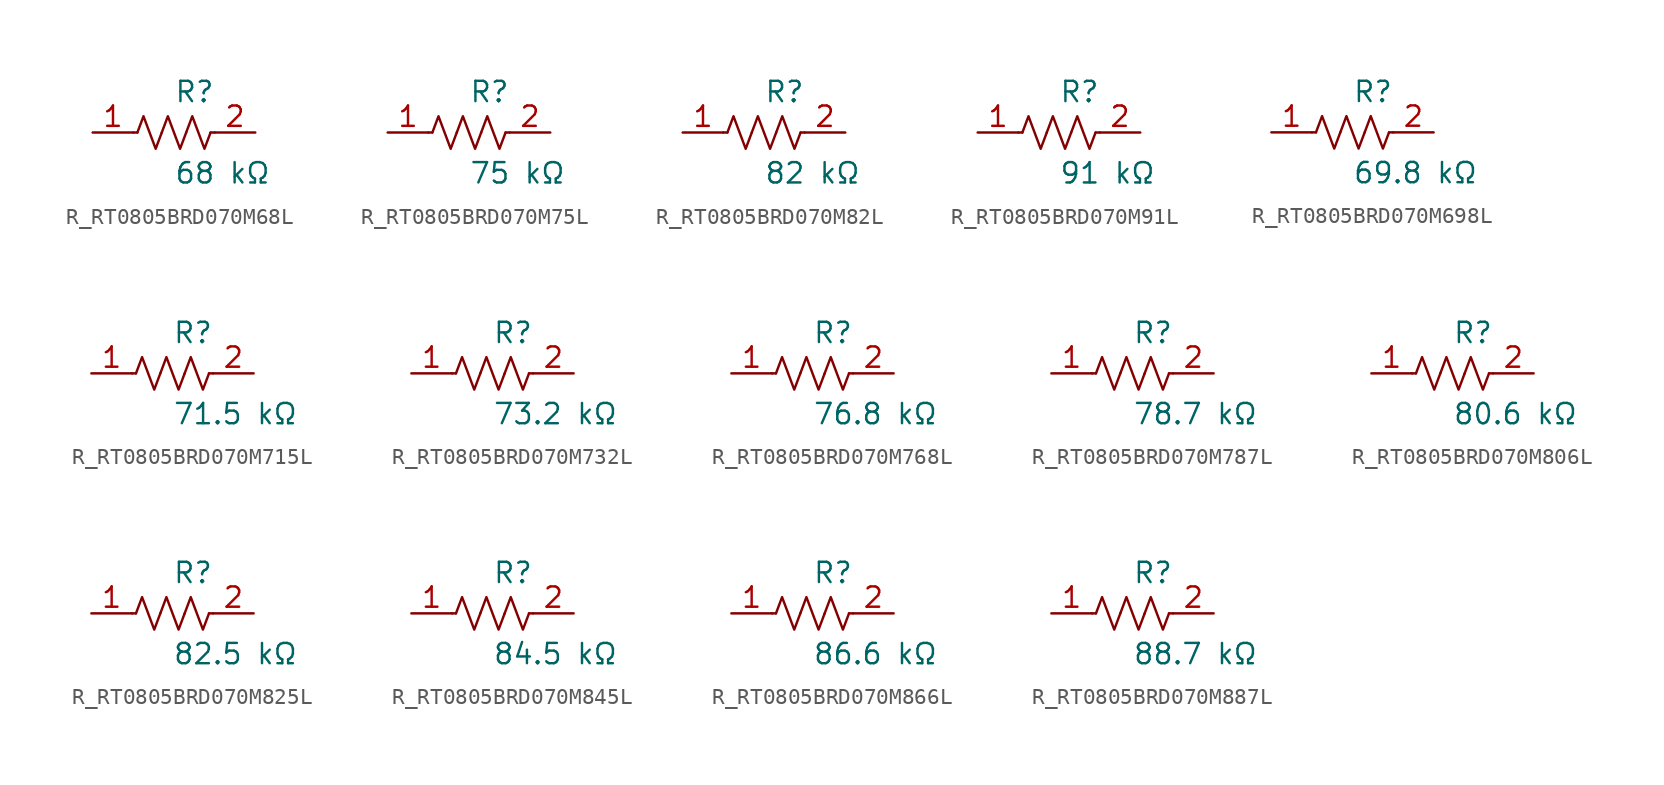
<source format=kicad_sym>
(kicad_symbol_lib
  (version 20231120)
  (generator kicad_symbol_editor)
  (generator_version 8.0)
  (symbol "R_RT0805BRD070M68L"
    (pin_names
      (offset 0.254))
    (property "Reference" "R"
      (at 0.0 2.54 0)
      (effects (font (size 1.27 1.27)) (justify left)))
    (property "Value" "68 kΩ"
      (at 0.0 -2.54 0)
      (effects (font (size 1.27 1.27)) (justify left)))
    (symbol "R_RT0805BRD070M68L_0_1"
      (polyline (pts (xy 2.286 0) (xy 2.54 0)) (stroke (width 0) (type default)) (fill (type none)))
      (polyline (pts (xy -2.286 0) (xy -2.54 0)) (stroke (width 0) (type default)) (fill (type none)))
      (polyline (pts (xy 0.762 0) (xy 1.143 1.016) (xy 1.524 0) (xy 1.905 -1.016) (xy 2.286 0)) (stroke (width 0) (type default)) (fill (type none)))
      (polyline (pts (xy -0.762 0) (xy -0.381 1.016) (xy 0 0) (xy 0.381 -1.016) (xy 0.762 0)) (stroke (width 0) (type default)) (fill (type none)))
      (polyline (pts (xy -2.286 0) (xy -1.905 1.016) (xy -1.524 0) (xy -1.143 -1.016) (xy -0.762 0)) (stroke (width 0) (type default)) (fill (type none))))
    (pin unspecified line
      (at -5.08 0 0)
      (length 2.54)
      (name "" (effects (font (size 1.27 1.27))))
      (number "1" (effects (font (size 1.27 1.27)))))
    (pin unspecified line
      (at 5.08 0 180)
      (length 2.54)
      (name "" (effects (font (size 1.27 1.27))))
      (number "2" (effects (font (size 1.27 1.27))))))
  (symbol "R_RT0805BRD070M75L"
    (pin_names
      (offset 0.254))
    (property "Reference" "R"
      (at 0.0 2.54 0)
      (effects (font (size 1.27 1.27)) (justify left)))
    (property "Value" "75 kΩ"
      (at 0.0 -2.54 0)
      (effects (font (size 1.27 1.27)) (justify left)))
    (symbol "R_RT0805BRD070M75L_0_1"
      (polyline (pts (xy 2.286 0) (xy 2.54 0)) (stroke (width 0) (type default)) (fill (type none)))
      (polyline (pts (xy -2.286 0) (xy -2.54 0)) (stroke (width 0) (type default)) (fill (type none)))
      (polyline (pts (xy 0.762 0) (xy 1.143 1.016) (xy 1.524 0) (xy 1.905 -1.016) (xy 2.286 0)) (stroke (width 0) (type default)) (fill (type none)))
      (polyline (pts (xy -0.762 0) (xy -0.381 1.016) (xy 0 0) (xy 0.381 -1.016) (xy 0.762 0)) (stroke (width 0) (type default)) (fill (type none)))
      (polyline (pts (xy -2.286 0) (xy -1.905 1.016) (xy -1.524 0) (xy -1.143 -1.016) (xy -0.762 0)) (stroke (width 0) (type default)) (fill (type none))))
    (pin unspecified line
      (at -5.08 0 0)
      (length 2.54)
      (name "" (effects (font (size 1.27 1.27))))
      (number "1" (effects (font (size 1.27 1.27)))))
    (pin unspecified line
      (at 5.08 0 180)
      (length 2.54)
      (name "" (effects (font (size 1.27 1.27))))
      (number "2" (effects (font (size 1.27 1.27))))))
  (symbol "R_RT0805BRD070M82L"
    (pin_names
      (offset 0.254))
    (property "Reference" "R"
      (at 0.0 2.54 0)
      (effects (font (size 1.27 1.27)) (justify left)))
    (property "Value" "82 kΩ"
      (at 0.0 -2.54 0)
      (effects (font (size 1.27 1.27)) (justify left)))
    (symbol "R_RT0805BRD070M82L_0_1"
      (polyline (pts (xy 2.286 0) (xy 2.54 0)) (stroke (width 0) (type default)) (fill (type none)))
      (polyline (pts (xy -2.286 0) (xy -2.54 0)) (stroke (width 0) (type default)) (fill (type none)))
      (polyline (pts (xy 0.762 0) (xy 1.143 1.016) (xy 1.524 0) (xy 1.905 -1.016) (xy 2.286 0)) (stroke (width 0) (type default)) (fill (type none)))
      (polyline (pts (xy -0.762 0) (xy -0.381 1.016) (xy 0 0) (xy 0.381 -1.016) (xy 0.762 0)) (stroke (width 0) (type default)) (fill (type none)))
      (polyline (pts (xy -2.286 0) (xy -1.905 1.016) (xy -1.524 0) (xy -1.143 -1.016) (xy -0.762 0)) (stroke (width 0) (type default)) (fill (type none))))
    (pin unspecified line
      (at -5.08 0 0)
      (length 2.54)
      (name "" (effects (font (size 1.27 1.27))))
      (number "1" (effects (font (size 1.27 1.27)))))
    (pin unspecified line
      (at 5.08 0 180)
      (length 2.54)
      (name "" (effects (font (size 1.27 1.27))))
      (number "2" (effects (font (size 1.27 1.27))))))
  (symbol "R_RT0805BRD070M91L"
    (pin_names
      (offset 0.254))
    (property "Reference" "R"
      (at 0.0 2.54 0)
      (effects (font (size 1.27 1.27)) (justify left)))
    (property "Value" "91 kΩ"
      (at 0.0 -2.54 0)
      (effects (font (size 1.27 1.27)) (justify left)))
    (symbol "R_RT0805BRD070M91L_0_1"
      (polyline (pts (xy 2.286 0) (xy 2.54 0)) (stroke (width 0) (type default)) (fill (type none)))
      (polyline (pts (xy -2.286 0) (xy -2.54 0)) (stroke (width 0) (type default)) (fill (type none)))
      (polyline (pts (xy 0.762 0) (xy 1.143 1.016) (xy 1.524 0) (xy 1.905 -1.016) (xy 2.286 0)) (stroke (width 0) (type default)) (fill (type none)))
      (polyline (pts (xy -0.762 0) (xy -0.381 1.016) (xy 0 0) (xy 0.381 -1.016) (xy 0.762 0)) (stroke (width 0) (type default)) (fill (type none)))
      (polyline (pts (xy -2.286 0) (xy -1.905 1.016) (xy -1.524 0) (xy -1.143 -1.016) (xy -0.762 0)) (stroke (width 0) (type default)) (fill (type none))))
    (pin unspecified line
      (at -5.08 0 0)
      (length 2.54)
      (name "" (effects (font (size 1.27 1.27))))
      (number "1" (effects (font (size 1.27 1.27)))))
    (pin unspecified line
      (at 5.08 0 180)
      (length 2.54)
      (name "" (effects (font (size 1.27 1.27))))
      (number "2" (effects (font (size 1.27 1.27))))))
  (symbol "R_RT0805BRD070M698L"
    (pin_names
      (offset 0.254))
    (property "Reference" "R"
      (at 0.0 2.54 0)
      (effects (font (size 1.27 1.27)) (justify left)))
    (property "Value" "69.8 kΩ"
      (at 0.0 -2.54 0)
      (effects (font (size 1.27 1.27)) (justify left)))
    (symbol "R_RT0805BRD070M698L_0_1"
      (polyline (pts (xy 2.286 0) (xy 2.54 0)) (stroke (width 0) (type default)) (fill (type none)))
      (polyline (pts (xy -2.286 0) (xy -2.54 0)) (stroke (width 0) (type default)) (fill (type none)))
      (polyline (pts (xy 0.762 0) (xy 1.143 1.016) (xy 1.524 0) (xy 1.905 -1.016) (xy 2.286 0)) (stroke (width 0) (type default)) (fill (type none)))
      (polyline (pts (xy -0.762 0) (xy -0.381 1.016) (xy 0 0) (xy 0.381 -1.016) (xy 0.762 0)) (stroke (width 0) (type default)) (fill (type none)))
      (polyline (pts (xy -2.286 0) (xy -1.905 1.016) (xy -1.524 0) (xy -1.143 -1.016) (xy -0.762 0)) (stroke (width 0) (type default)) (fill (type none))))
    (pin unspecified line
      (at -5.08 0 0)
      (length 2.54)
      (name "" (effects (font (size 1.27 1.27))))
      (number "1" (effects (font (size 1.27 1.27)))))
    (pin unspecified line
      (at 5.08 0 180)
      (length 2.54)
      (name "" (effects (font (size 1.27 1.27))))
      (number "2" (effects (font (size 1.27 1.27))))))
  (symbol "R_RT0805BRD070M715L"
    (pin_names
      (offset 0.254))
    (property "Reference" "R"
      (at 0.0 2.54 0)
      (effects (font (size 1.27 1.27)) (justify left)))
    (property "Value" "71.5 kΩ"
      (at 0.0 -2.54 0)
      (effects (font (size 1.27 1.27)) (justify left)))
    (symbol "R_RT0805BRD070M715L_0_1"
      (polyline (pts (xy 2.286 0) (xy 2.54 0)) (stroke (width 0) (type default)) (fill (type none)))
      (polyline (pts (xy -2.286 0) (xy -2.54 0)) (stroke (width 0) (type default)) (fill (type none)))
      (polyline (pts (xy 0.762 0) (xy 1.143 1.016) (xy 1.524 0) (xy 1.905 -1.016) (xy 2.286 0)) (stroke (width 0) (type default)) (fill (type none)))
      (polyline (pts (xy -0.762 0) (xy -0.381 1.016) (xy 0 0) (xy 0.381 -1.016) (xy 0.762 0)) (stroke (width 0) (type default)) (fill (type none)))
      (polyline (pts (xy -2.286 0) (xy -1.905 1.016) (xy -1.524 0) (xy -1.143 -1.016) (xy -0.762 0)) (stroke (width 0) (type default)) (fill (type none))))
    (pin unspecified line
      (at -5.08 0 0)
      (length 2.54)
      (name "" (effects (font (size 1.27 1.27))))
      (number "1" (effects (font (size 1.27 1.27)))))
    (pin unspecified line
      (at 5.08 0 180)
      (length 2.54)
      (name "" (effects (font (size 1.27 1.27))))
      (number "2" (effects (font (size 1.27 1.27))))))
  (symbol "R_RT0805BRD070M732L"
    (pin_names
      (offset 0.254))
    (property "Reference" "R"
      (at 0.0 2.54 0)
      (effects (font (size 1.27 1.27)) (justify left)))
    (property "Value" "73.2 kΩ"
      (at 0.0 -2.54 0)
      (effects (font (size 1.27 1.27)) (justify left)))
    (symbol "R_RT0805BRD070M732L_0_1"
      (polyline (pts (xy 2.286 0) (xy 2.54 0)) (stroke (width 0) (type default)) (fill (type none)))
      (polyline (pts (xy -2.286 0) (xy -2.54 0)) (stroke (width 0) (type default)) (fill (type none)))
      (polyline (pts (xy 0.762 0) (xy 1.143 1.016) (xy 1.524 0) (xy 1.905 -1.016) (xy 2.286 0)) (stroke (width 0) (type default)) (fill (type none)))
      (polyline (pts (xy -0.762 0) (xy -0.381 1.016) (xy 0 0) (xy 0.381 -1.016) (xy 0.762 0)) (stroke (width 0) (type default)) (fill (type none)))
      (polyline (pts (xy -2.286 0) (xy -1.905 1.016) (xy -1.524 0) (xy -1.143 -1.016) (xy -0.762 0)) (stroke (width 0) (type default)) (fill (type none))))
    (pin unspecified line
      (at -5.08 0 0)
      (length 2.54)
      (name "" (effects (font (size 1.27 1.27))))
      (number "1" (effects (font (size 1.27 1.27)))))
    (pin unspecified line
      (at 5.08 0 180)
      (length 2.54)
      (name "" (effects (font (size 1.27 1.27))))
      (number "2" (effects (font (size 1.27 1.27))))))
  (symbol "R_RT0805BRD070M768L"
    (pin_names
      (offset 0.254))
    (property "Reference" "R"
      (at 0.0 2.54 0)
      (effects (font (size 1.27 1.27)) (justify left)))
    (property "Value" "76.8 kΩ"
      (at 0.0 -2.54 0)
      (effects (font (size 1.27 1.27)) (justify left)))
    (symbol "R_RT0805BRD070M768L_0_1"
      (polyline (pts (xy 2.286 0) (xy 2.54 0)) (stroke (width 0) (type default)) (fill (type none)))
      (polyline (pts (xy -2.286 0) (xy -2.54 0)) (stroke (width 0) (type default)) (fill (type none)))
      (polyline (pts (xy 0.762 0) (xy 1.143 1.016) (xy 1.524 0) (xy 1.905 -1.016) (xy 2.286 0)) (stroke (width 0) (type default)) (fill (type none)))
      (polyline (pts (xy -0.762 0) (xy -0.381 1.016) (xy 0 0) (xy 0.381 -1.016) (xy 0.762 0)) (stroke (width 0) (type default)) (fill (type none)))
      (polyline (pts (xy -2.286 0) (xy -1.905 1.016) (xy -1.524 0) (xy -1.143 -1.016) (xy -0.762 0)) (stroke (width 0) (type default)) (fill (type none))))
    (pin unspecified line
      (at -5.08 0 0)
      (length 2.54)
      (name "" (effects (font (size 1.27 1.27))))
      (number "1" (effects (font (size 1.27 1.27)))))
    (pin unspecified line
      (at 5.08 0 180)
      (length 2.54)
      (name "" (effects (font (size 1.27 1.27))))
      (number "2" (effects (font (size 1.27 1.27))))))
  (symbol "R_RT0805BRD070M787L"
    (pin_names
      (offset 0.254))
    (property "Reference" "R"
      (at 0.0 2.54 0)
      (effects (font (size 1.27 1.27)) (justify left)))
    (property "Value" "78.7 kΩ"
      (at 0.0 -2.54 0)
      (effects (font (size 1.27 1.27)) (justify left)))
    (symbol "R_RT0805BRD070M787L_0_1"
      (polyline (pts (xy 2.286 0) (xy 2.54 0)) (stroke (width 0) (type default)) (fill (type none)))
      (polyline (pts (xy -2.286 0) (xy -2.54 0)) (stroke (width 0) (type default)) (fill (type none)))
      (polyline (pts (xy 0.762 0) (xy 1.143 1.016) (xy 1.524 0) (xy 1.905 -1.016) (xy 2.286 0)) (stroke (width 0) (type default)) (fill (type none)))
      (polyline (pts (xy -0.762 0) (xy -0.381 1.016) (xy 0 0) (xy 0.381 -1.016) (xy 0.762 0)) (stroke (width 0) (type default)) (fill (type none)))
      (polyline (pts (xy -2.286 0) (xy -1.905 1.016) (xy -1.524 0) (xy -1.143 -1.016) (xy -0.762 0)) (stroke (width 0) (type default)) (fill (type none))))
    (pin unspecified line
      (at -5.08 0 0)
      (length 2.54)
      (name "" (effects (font (size 1.27 1.27))))
      (number "1" (effects (font (size 1.27 1.27)))))
    (pin unspecified line
      (at 5.08 0 180)
      (length 2.54)
      (name "" (effects (font (size 1.27 1.27))))
      (number "2" (effects (font (size 1.27 1.27))))))
  (symbol "R_RT0805BRD070M806L"
    (pin_names
      (offset 0.254))
    (property "Reference" "R"
      (at 0.0 2.54 0)
      (effects (font (size 1.27 1.27)) (justify left)))
    (property "Value" "80.6 kΩ"
      (at 0.0 -2.54 0)
      (effects (font (size 1.27 1.27)) (justify left)))
    (symbol "R_RT0805BRD070M806L_0_1"
      (polyline (pts (xy 2.286 0) (xy 2.54 0)) (stroke (width 0) (type default)) (fill (type none)))
      (polyline (pts (xy -2.286 0) (xy -2.54 0)) (stroke (width 0) (type default)) (fill (type none)))
      (polyline (pts (xy 0.762 0) (xy 1.143 1.016) (xy 1.524 0) (xy 1.905 -1.016) (xy 2.286 0)) (stroke (width 0) (type default)) (fill (type none)))
      (polyline (pts (xy -0.762 0) (xy -0.381 1.016) (xy 0 0) (xy 0.381 -1.016) (xy 0.762 0)) (stroke (width 0) (type default)) (fill (type none)))
      (polyline (pts (xy -2.286 0) (xy -1.905 1.016) (xy -1.524 0) (xy -1.143 -1.016) (xy -0.762 0)) (stroke (width 0) (type default)) (fill (type none))))
    (pin unspecified line
      (at -5.08 0 0)
      (length 2.54)
      (name "" (effects (font (size 1.27 1.27))))
      (number "1" (effects (font (size 1.27 1.27)))))
    (pin unspecified line
      (at 5.08 0 180)
      (length 2.54)
      (name "" (effects (font (size 1.27 1.27))))
      (number "2" (effects (font (size 1.27 1.27))))))
  (symbol "R_RT0805BRD070M825L"
    (pin_names
      (offset 0.254))
    (property "Reference" "R"
      (at 0.0 2.54 0)
      (effects (font (size 1.27 1.27)) (justify left)))
    (property "Value" "82.5 kΩ"
      (at 0.0 -2.54 0)
      (effects (font (size 1.27 1.27)) (justify left)))
    (symbol "R_RT0805BRD070M825L_0_1"
      (polyline (pts (xy 2.286 0) (xy 2.54 0)) (stroke (width 0) (type default)) (fill (type none)))
      (polyline (pts (xy -2.286 0) (xy -2.54 0)) (stroke (width 0) (type default)) (fill (type none)))
      (polyline (pts (xy 0.762 0) (xy 1.143 1.016) (xy 1.524 0) (xy 1.905 -1.016) (xy 2.286 0)) (stroke (width 0) (type default)) (fill (type none)))
      (polyline (pts (xy -0.762 0) (xy -0.381 1.016) (xy 0 0) (xy 0.381 -1.016) (xy 0.762 0)) (stroke (width 0) (type default)) (fill (type none)))
      (polyline (pts (xy -2.286 0) (xy -1.905 1.016) (xy -1.524 0) (xy -1.143 -1.016) (xy -0.762 0)) (stroke (width 0) (type default)) (fill (type none))))
    (pin unspecified line
      (at -5.08 0 0)
      (length 2.54)
      (name "" (effects (font (size 1.27 1.27))))
      (number "1" (effects (font (size 1.27 1.27)))))
    (pin unspecified line
      (at 5.08 0 180)
      (length 2.54)
      (name "" (effects (font (size 1.27 1.27))))
      (number "2" (effects (font (size 1.27 1.27))))))
  (symbol "R_RT0805BRD070M845L"
    (pin_names
      (offset 0.254))
    (property "Reference" "R"
      (at 0.0 2.54 0)
      (effects (font (size 1.27 1.27)) (justify left)))
    (property "Value" "84.5 kΩ"
      (at 0.0 -2.54 0)
      (effects (font (size 1.27 1.27)) (justify left)))
    (symbol "R_RT0805BRD070M845L_0_1"
      (polyline (pts (xy 2.286 0) (xy 2.54 0)) (stroke (width 0) (type default)) (fill (type none)))
      (polyline (pts (xy -2.286 0) (xy -2.54 0)) (stroke (width 0) (type default)) (fill (type none)))
      (polyline (pts (xy 0.762 0) (xy 1.143 1.016) (xy 1.524 0) (xy 1.905 -1.016) (xy 2.286 0)) (stroke (width 0) (type default)) (fill (type none)))
      (polyline (pts (xy -0.762 0) (xy -0.381 1.016) (xy 0 0) (xy 0.381 -1.016) (xy 0.762 0)) (stroke (width 0) (type default)) (fill (type none)))
      (polyline (pts (xy -2.286 0) (xy -1.905 1.016) (xy -1.524 0) (xy -1.143 -1.016) (xy -0.762 0)) (stroke (width 0) (type default)) (fill (type none))))
    (pin unspecified line
      (at -5.08 0 0)
      (length 2.54)
      (name "" (effects (font (size 1.27 1.27))))
      (number "1" (effects (font (size 1.27 1.27)))))
    (pin unspecified line
      (at 5.08 0 180)
      (length 2.54)
      (name "" (effects (font (size 1.27 1.27))))
      (number "2" (effects (font (size 1.27 1.27))))))
  (symbol "R_RT0805BRD070M866L"
    (pin_names
      (offset 0.254))
    (property "Reference" "R"
      (at 0.0 2.54 0)
      (effects (font (size 1.27 1.27)) (justify left)))
    (property "Value" "86.6 kΩ"
      (at 0.0 -2.54 0)
      (effects (font (size 1.27 1.27)) (justify left)))
    (symbol "R_RT0805BRD070M866L_0_1"
      (polyline (pts (xy 2.286 0) (xy 2.54 0)) (stroke (width 0) (type default)) (fill (type none)))
      (polyline (pts (xy -2.286 0) (xy -2.54 0)) (stroke (width 0) (type default)) (fill (type none)))
      (polyline (pts (xy 0.762 0) (xy 1.143 1.016) (xy 1.524 0) (xy 1.905 -1.016) (xy 2.286 0)) (stroke (width 0) (type default)) (fill (type none)))
      (polyline (pts (xy -0.762 0) (xy -0.381 1.016) (xy 0 0) (xy 0.381 -1.016) (xy 0.762 0)) (stroke (width 0) (type default)) (fill (type none)))
      (polyline (pts (xy -2.286 0) (xy -1.905 1.016) (xy -1.524 0) (xy -1.143 -1.016) (xy -0.762 0)) (stroke (width 0) (type default)) (fill (type none))))
    (pin unspecified line
      (at -5.08 0 0)
      (length 2.54)
      (name "" (effects (font (size 1.27 1.27))))
      (number "1" (effects (font (size 1.27 1.27)))))
    (pin unspecified line
      (at 5.08 0 180)
      (length 2.54)
      (name "" (effects (font (size 1.27 1.27))))
      (number "2" (effects (font (size 1.27 1.27))))))
  (symbol "R_RT0805BRD070M887L"
    (pin_names
      (offset 0.254))
    (property "Reference" "R"
      (at 0.0 2.54 0)
      (effects (font (size 1.27 1.27)) (justify left)))
    (property "Value" "88.7 kΩ"
      (at 0.0 -2.54 0)
      (effects (font (size 1.27 1.27)) (justify left)))
    (symbol "R_RT0805BRD070M887L_0_1"
      (polyline (pts (xy 2.286 0) (xy 2.54 0)) (stroke (width 0) (type default)) (fill (type none)))
      (polyline (pts (xy -2.286 0) (xy -2.54 0)) (stroke (width 0) (type default)) (fill (type none)))
      (polyline (pts (xy 0.762 0) (xy 1.143 1.016) (xy 1.524 0) (xy 1.905 -1.016) (xy 2.286 0)) (stroke (width 0) (type default)) (fill (type none)))
      (polyline (pts (xy -0.762 0) (xy -0.381 1.016) (xy 0 0) (xy 0.381 -1.016) (xy 0.762 0)) (stroke (width 0) (type default)) (fill (type none)))
      (polyline (pts (xy -2.286 0) (xy -1.905 1.016) (xy -1.524 0) (xy -1.143 -1.016) (xy -0.762 0)) (stroke (width 0) (type default)) (fill (type none))))
    (pin unspecified line
      (at -5.08 0 0)
      (length 2.54)
      (name "" (effects (font (size 1.27 1.27))))
      (number "1" (effects (font (size 1.27 1.27)))))
    (pin unspecified line
      (at 5.08 0 180)
      (length 2.54)
      (name "" (effects (font (size 1.27 1.27))))
      (number "2" (effects (font (size 1.27 1.27)))))))
</source>
